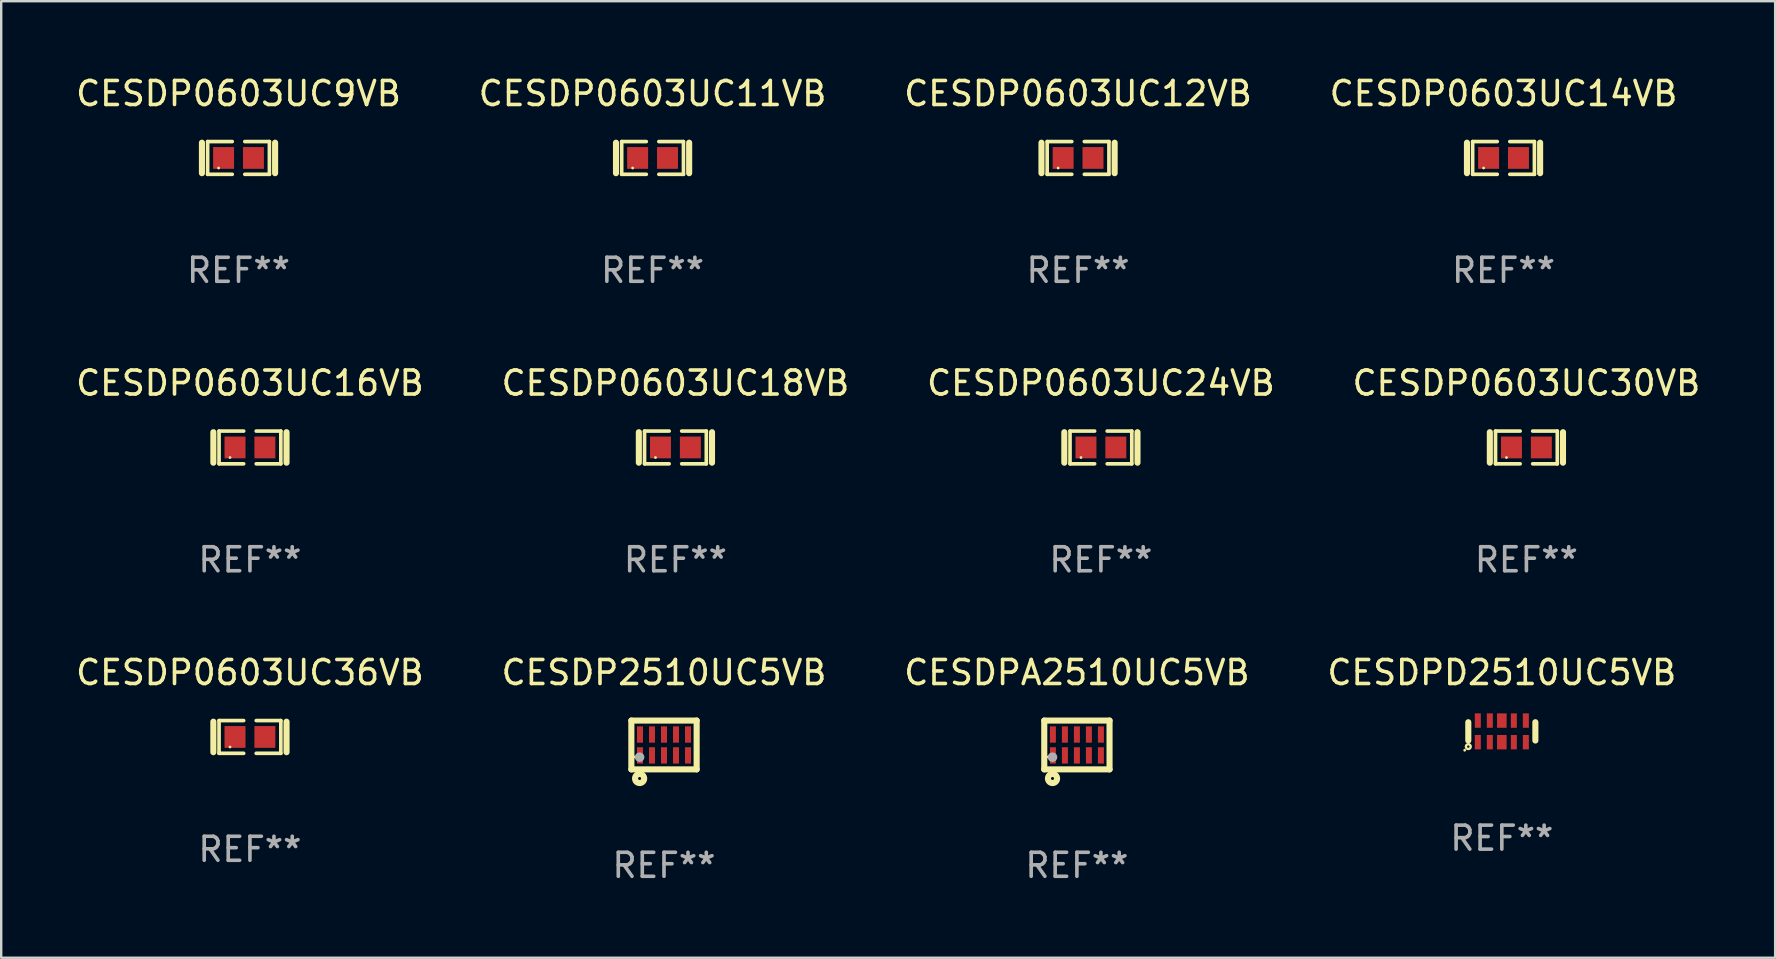
<source format=kicad_pcb>
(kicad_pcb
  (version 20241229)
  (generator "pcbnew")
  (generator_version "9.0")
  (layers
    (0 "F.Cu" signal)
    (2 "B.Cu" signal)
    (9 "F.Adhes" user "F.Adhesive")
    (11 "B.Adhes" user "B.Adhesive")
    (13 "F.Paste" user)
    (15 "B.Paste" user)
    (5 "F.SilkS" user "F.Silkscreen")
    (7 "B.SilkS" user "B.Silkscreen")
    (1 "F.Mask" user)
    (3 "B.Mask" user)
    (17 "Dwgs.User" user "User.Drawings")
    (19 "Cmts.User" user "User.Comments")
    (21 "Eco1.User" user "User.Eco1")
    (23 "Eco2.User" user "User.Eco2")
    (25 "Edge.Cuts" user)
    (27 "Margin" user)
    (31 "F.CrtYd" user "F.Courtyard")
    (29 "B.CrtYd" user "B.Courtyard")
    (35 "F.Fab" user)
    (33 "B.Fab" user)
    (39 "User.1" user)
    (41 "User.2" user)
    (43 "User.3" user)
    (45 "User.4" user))
  (footprint "CESDPA2510UC5VB"
    (layer "F.Cu")
    (at 41.815 27.986)
    (property "Reference" "CESDPA2510UC5VB" (at 0 -3.016 0) (layer "F.SilkS") (effects (font (size 1 1) (thickness 0.15))))
    (attr through_hole)
    (fp_line (start -1.36 1.016) (end 1.36 1.016) (stroke (width 0.254) (type solid)) (layer "F.SilkS"))
    (fp_line (start -1.36 -1.016) (end -1.36 1.016) (stroke (width 0.254) (type solid)) (layer "F.SilkS"))
    (fp_line (start -1.36 -1.016) (end 1.36 -1.016) (stroke (width 0.254) (type solid)) (layer "F.SilkS"))
    (fp_line (start 1.36 -1.016) (end 1.36 1.016) (stroke (width 0.254) (type solid)) (layer "F.SilkS"))
    (fp_circle (center -1.25 0.5) (end -1.22 0.5) (stroke (width 0.06) (type solid)) (fill no) (layer "F.SilkS"))
    (fp_circle (center -1.016 1.397) (end -0.953 1.397) (stroke (width 0.254) (type solid)) (fill no) (layer "F.SilkS"))
    (fp_circle (center -1.016 0.508) (end -0.916 0.508) (stroke (width 0.2) (type solid)) (fill no) (layer "F.Fab"))
    (fp_text user "REF**" (at 0 5.016 0) (layer "F.Fab") (effects (font (size 1 1) (thickness 0.15))))
    (pad "1" smd rect (at -1 0.435) (size 0.25 0.68) (layers "F.Cu" "F.Mask" "F.Paste"))
    (pad "2" smd rect (at -0.5 0.435) (size 0.25 0.68) (layers "F.Cu" "F.Mask" "F.Paste"))
    (pad "3" smd rect (at 0 0.435) (size 0.25 0.68) (layers "F.Cu" "F.Mask" "F.Paste"))
    (pad "4" smd rect (at 0.5 0.435) (size 0.25 0.68) (layers "F.Cu" "F.Mask" "F.Paste"))
    (pad "5" smd rect (at 1 0.435) (size 0.25 0.68) (layers "F.Cu" "F.Mask" "F.Paste"))
    (pad "6" smd rect (at 1 -0.435) (size 0.25 0.68) (layers "F.Cu" "F.Mask" "F.Paste"))
    (pad "7" smd rect (at 0.5 -0.435) (size 0.25 0.68) (layers "F.Cu" "F.Mask" "F.Paste"))
    (pad "8" smd rect (at 0 -0.435) (size 0.25 0.68) (layers "F.Cu" "F.Mask" "F.Paste"))
    (pad "9" smd rect (at -0.5 -0.435) (size 0.25 0.68) (layers "F.Cu" "F.Mask" "F.Paste"))
    (pad "10" smd rect (at -1 -0.435) (size 0.25 0.68) (layers "F.Cu" "F.Mask" "F.Paste")))
  (footprint "CESDP0603UC30VB"
    (layer "F.Cu")
    (at 60.542 15.591)
    (property "Reference" "CESDP0603UC30VB" (at 0 -2.682 0) (layer "F.SilkS") (effects (font (size 1 1) (thickness 0.15))))
    (attr through_hole)
    (fp_line (start -1.524 -0.635) (end -1.524 0.635) (stroke (width 0.254) (type solid)) (layer "F.SilkS"))
    (fp_line (start -1.287 -0.682) (end -0.261 -0.682) (stroke (width 0.152) (type solid)) (layer "F.SilkS"))
    (fp_line (start -1.287 0.682) (end -1.287 -0.682) (stroke (width 0.152) (type solid)) (layer "F.SilkS"))
    (fp_line (start -0.261 0.682) (end -1.287 0.682) (stroke (width 0.152) (type solid)) (layer "F.SilkS"))
    (fp_line (start 0.261 0.682) (end 1.287 0.682) (stroke (width 0.152) (type solid)) (layer "F.SilkS"))
    (fp_line (start 1.287 -0.682) (end 0.261 -0.682) (stroke (width 0.152) (type solid)) (layer "F.SilkS"))
    (fp_line (start 1.287 0.682) (end 1.287 -0.682) (stroke (width 0.152) (type solid)) (layer "F.SilkS"))
    (fp_line (start 1.524 -0.635) (end 1.524 0.635) (stroke (width 0.254) (type solid)) (layer "F.SilkS"))
    (fp_circle (center -0.83 0.42) (end -0.8 0.42) (stroke (width 0.06) (type solid)) (fill no) (layer "F.SilkS"))
    (fp_text user "REF**" (at 0 4.682 0) (layer "F.Fab") (effects (font (size 1 1) (thickness 0.15))))
    (pad "1" smd rect (at -0.622 0) (size 0.873 0.907) (layers "F.Cu" "F.Mask" "F.Paste"))
    (pad "2" smd rect (at 0.622 0) (size 0.873 0.907) (layers "F.Cu" "F.Mask" "F.Paste")))
  (footprint "CESDP0603UC16VB"
    (layer "F.Cu")
    (at 7.363 15.591)
    (property "Reference" "CESDP0603UC16VB" (at 0 -2.682 0) (layer "F.SilkS") (effects (font (size 1 1) (thickness 0.15))))
    (attr through_hole)
    (fp_line (start -1.524 -0.635) (end -1.524 0.635) (stroke (width 0.254) (type solid)) (layer "F.SilkS"))
    (fp_line (start -1.287 -0.682) (end -0.261 -0.682) (stroke (width 0.152) (type solid)) (layer "F.SilkS"))
    (fp_line (start -1.287 0.682) (end -1.287 -0.682) (stroke (width 0.152) (type solid)) (layer "F.SilkS"))
    (fp_line (start -0.261 0.682) (end -1.287 0.682) (stroke (width 0.152) (type solid)) (layer "F.SilkS"))
    (fp_line (start 0.261 0.682) (end 1.287 0.682) (stroke (width 0.152) (type solid)) (layer "F.SilkS"))
    (fp_line (start 1.287 -0.682) (end 0.261 -0.682) (stroke (width 0.152) (type solid)) (layer "F.SilkS"))
    (fp_line (start 1.287 0.682) (end 1.287 -0.682) (stroke (width 0.152) (type solid)) (layer "F.SilkS"))
    (fp_line (start 1.524 -0.635) (end 1.524 0.635) (stroke (width 0.254) (type solid)) (layer "F.SilkS"))
    (fp_circle (center -0.83 0.42) (end -0.8 0.42) (stroke (width 0.06) (type solid)) (fill no) (layer "F.SilkS"))
    (fp_text user "REF**" (at 0 4.682 0) (layer "F.Fab") (effects (font (size 1 1) (thickness 0.15))))
    (pad "1" smd rect (at -0.622 0) (size 0.873 0.907) (layers "F.Cu" "F.Mask" "F.Paste"))
    (pad "2" smd rect (at 0.622 0) (size 0.873 0.907) (layers "F.Cu" "F.Mask" "F.Paste")))
  (footprint "CESDP0603UC14VB"
    (layer "F.Cu")
    (at 59.589 3.53)
    (property "Reference" "CESDP0603UC14VB" (at 0 -2.682 0) (layer "F.SilkS") (effects (font (size 1 1) (thickness 0.15))))
    (attr through_hole)
    (fp_line (start -1.524 -0.635) (end -1.524 0.635) (stroke (width 0.254) (type solid)) (layer "F.SilkS"))
    (fp_line (start -1.287 -0.682) (end -0.261 -0.682) (stroke (width 0.152) (type solid)) (layer "F.SilkS"))
    (fp_line (start -1.287 0.682) (end -1.287 -0.682) (stroke (width 0.152) (type solid)) (layer "F.SilkS"))
    (fp_line (start -0.261 0.682) (end -1.287 0.682) (stroke (width 0.152) (type solid)) (layer "F.SilkS"))
    (fp_line (start 0.261 0.682) (end 1.287 0.682) (stroke (width 0.152) (type solid)) (layer "F.SilkS"))
    (fp_line (start 1.287 -0.682) (end 0.261 -0.682) (stroke (width 0.152) (type solid)) (layer "F.SilkS"))
    (fp_line (start 1.287 0.682) (end 1.287 -0.682) (stroke (width 0.152) (type solid)) (layer "F.SilkS"))
    (fp_line (start 1.524 -0.635) (end 1.524 0.635) (stroke (width 0.254) (type solid)) (layer "F.SilkS"))
    (fp_circle (center -0.83 0.42) (end -0.8 0.42) (stroke (width 0.06) (type solid)) (fill no) (layer "F.SilkS"))
    (fp_text user "REF**" (at 0 4.682 0) (layer "F.Fab") (effects (font (size 1 1) (thickness 0.15))))
    (pad "1" smd rect (at -0.622 0) (size 0.873 0.907) (layers "F.Cu" "F.Mask" "F.Paste"))
    (pad "2" smd rect (at 0.622 0) (size 0.873 0.907) (layers "F.Cu" "F.Mask" "F.Paste")))
  (footprint "CESDP0603UC18VB"
    (layer "F.Cu")
    (at 25.089 15.591)
    (property "Reference" "CESDP0603UC18VB" (at 0 -2.682 0) (layer "F.SilkS") (effects (font (size 1 1) (thickness 0.15))))
    (attr through_hole)
    (fp_line (start -1.524 -0.635) (end -1.524 0.635) (stroke (width 0.254) (type solid)) (layer "F.SilkS"))
    (fp_line (start -1.287 -0.682) (end -0.261 -0.682) (stroke (width 0.152) (type solid)) (layer "F.SilkS"))
    (fp_line (start -1.287 0.682) (end -1.287 -0.682) (stroke (width 0.152) (type solid)) (layer "F.SilkS"))
    (fp_line (start -0.261 0.682) (end -1.287 0.682) (stroke (width 0.152) (type solid)) (layer "F.SilkS"))
    (fp_line (start 0.261 0.682) (end 1.287 0.682) (stroke (width 0.152) (type solid)) (layer "F.SilkS"))
    (fp_line (start 1.287 -0.682) (end 0.261 -0.682) (stroke (width 0.152) (type solid)) (layer "F.SilkS"))
    (fp_line (start 1.287 0.682) (end 1.287 -0.682) (stroke (width 0.152) (type solid)) (layer "F.SilkS"))
    (fp_line (start 1.524 -0.635) (end 1.524 0.635) (stroke (width 0.254) (type solid)) (layer "F.SilkS"))
    (fp_circle (center -0.83 0.42) (end -0.8 0.42) (stroke (width 0.06) (type solid)) (fill no) (layer "F.SilkS"))
    (fp_text user "REF**" (at 0 4.682 0) (layer "F.Fab") (effects (font (size 1 1) (thickness 0.15))))
    (pad "1" smd rect (at -0.622 0) (size 0.873 0.907) (layers "F.Cu" "F.Mask" "F.Paste"))
    (pad "2" smd rect (at 0.622 0) (size 0.873 0.907) (layers "F.Cu" "F.Mask" "F.Paste")))
  (footprint "CESDP0603UC9VB"
    (layer "F.Cu")
    (at 6.887 3.53)
    (property "Reference" "CESDP0603UC9VB" (at 0 -2.682 0) (layer "F.SilkS") (effects (font (size 1 1) (thickness 0.15))))
    (attr through_hole)
    (fp_line (start -1.524 -0.635) (end -1.524 0.635) (stroke (width 0.254) (type solid)) (layer "F.SilkS"))
    (fp_line (start -1.287 -0.682) (end -0.261 -0.682) (stroke (width 0.152) (type solid)) (layer "F.SilkS"))
    (fp_line (start -1.287 0.682) (end -1.287 -0.682) (stroke (width 0.152) (type solid)) (layer "F.SilkS"))
    (fp_line (start -0.261 0.682) (end -1.287 0.682) (stroke (width 0.152) (type solid)) (layer "F.SilkS"))
    (fp_line (start 0.261 0.682) (end 1.287 0.682) (stroke (width 0.152) (type solid)) (layer "F.SilkS"))
    (fp_line (start 1.287 -0.682) (end 0.261 -0.682) (stroke (width 0.152) (type solid)) (layer "F.SilkS"))
    (fp_line (start 1.287 0.682) (end 1.287 -0.682) (stroke (width 0.152) (type solid)) (layer "F.SilkS"))
    (fp_line (start 1.524 -0.635) (end 1.524 0.635) (stroke (width 0.254) (type solid)) (layer "F.SilkS"))
    (fp_circle (center -0.83 0.42) (end -0.8 0.42) (stroke (width 0.06) (type solid)) (fill no) (layer "F.SilkS"))
    (fp_text user "REF**" (at 0 4.682 0) (layer "F.Fab") (effects (font (size 1 1) (thickness 0.15))))
    (pad "1" smd rect (at -0.622 0) (size 0.873 0.907) (layers "F.Cu" "F.Mask" "F.Paste"))
    (pad "2" smd rect (at 0.622 0) (size 0.873 0.907) (layers "F.Cu" "F.Mask" "F.Paste")))
  (footprint "CESDP0603UC36VB"
    (layer "F.Cu")
    (at 7.363 27.652)
    (property "Reference" "CESDP0603UC36VB" (at 0 -2.682 0) (layer "F.SilkS") (effects (font (size 1 1) (thickness 0.15))))
    (attr through_hole)
    (fp_line (start -1.524 -0.635) (end -1.524 0.635) (stroke (width 0.254) (type solid)) (layer "F.SilkS"))
    (fp_line (start -1.287 -0.682) (end -0.261 -0.682) (stroke (width 0.152) (type solid)) (layer "F.SilkS"))
    (fp_line (start -1.287 0.682) (end -1.287 -0.682) (stroke (width 0.152) (type solid)) (layer "F.SilkS"))
    (fp_line (start -0.261 0.682) (end -1.287 0.682) (stroke (width 0.152) (type solid)) (layer "F.SilkS"))
    (fp_line (start 0.261 0.682) (end 1.287 0.682) (stroke (width 0.152) (type solid)) (layer "F.SilkS"))
    (fp_line (start 1.287 -0.682) (end 0.261 -0.682) (stroke (width 0.152) (type solid)) (layer "F.SilkS"))
    (fp_line (start 1.287 0.682) (end 1.287 -0.682) (stroke (width 0.152) (type solid)) (layer "F.SilkS"))
    (fp_line (start 1.524 -0.635) (end 1.524 0.635) (stroke (width 0.254) (type solid)) (layer "F.SilkS"))
    (fp_circle (center -0.83 0.42) (end -0.8 0.42) (stroke (width 0.06) (type solid)) (fill no) (layer "F.SilkS"))
    (fp_text user "REF**" (at 0 4.682 0) (layer "F.Fab") (effects (font (size 1 1) (thickness 0.15))))
    (pad "1" smd rect (at -0.622 0) (size 0.873 0.907) (layers "F.Cu" "F.Mask" "F.Paste"))
    (pad "2" smd rect (at 0.622 0) (size 0.873 0.907) (layers "F.Cu" "F.Mask" "F.Paste")))
  (footprint "CESDP2510UC5VB"
    (layer "F.Cu")
    (at 24.613 27.986)
    (property "Reference" "CESDP2510UC5VB" (at 0 -3.016 0) (layer "F.SilkS") (effects (font (size 1 1) (thickness 0.15))))
    (attr through_hole)
    (fp_line (start -1.36 1.016) (end 1.36 1.016) (stroke (width 0.254) (type solid)) (layer "F.SilkS"))
    (fp_line (start -1.36 -1.016) (end -1.36 1.016) (stroke (width 0.254) (type solid)) (layer "F.SilkS"))
    (fp_line (start -1.36 -1.016) (end 1.36 -1.016) (stroke (width 0.254) (type solid)) (layer "F.SilkS"))
    (fp_line (start 1.36 -1.016) (end 1.36 1.016) (stroke (width 0.254) (type solid)) (layer "F.SilkS"))
    (fp_circle (center -1.25 0.5) (end -1.22 0.5) (stroke (width 0.06) (type solid)) (fill no) (layer "F.SilkS"))
    (fp_circle (center -1.016 1.397) (end -0.953 1.397) (stroke (width 0.254) (type solid)) (fill no) (layer "F.SilkS"))
    (fp_circle (center -1.016 0.508) (end -0.916 0.508) (stroke (width 0.2) (type solid)) (fill no) (layer "F.Fab"))
    (fp_text user "REF**" (at 0 5.016 0) (layer "F.Fab") (effects (font (size 1 1) (thickness 0.15))))
    (pad "1" smd rect (at -1 0.435) (size 0.25 0.68) (layers "F.Cu" "F.Mask" "F.Paste"))
    (pad "2" smd rect (at -0.5 0.435) (size 0.25 0.68) (layers "F.Cu" "F.Mask" "F.Paste"))
    (pad "3" smd rect (at 0 0.435) (size 0.25 0.68) (layers "F.Cu" "F.Mask" "F.Paste"))
    (pad "4" smd rect (at 0.5 0.435) (size 0.25 0.68) (layers "F.Cu" "F.Mask" "F.Paste"))
    (pad "5" smd rect (at 1 0.435) (size 0.25 0.68) (layers "F.Cu" "F.Mask" "F.Paste"))
    (pad "6" smd rect (at 1 -0.435) (size 0.25 0.68) (layers "F.Cu" "F.Mask" "F.Paste"))
    (pad "7" smd rect (at 0.5 -0.435) (size 0.25 0.68) (layers "F.Cu" "F.Mask" "F.Paste"))
    (pad "8" smd rect (at 0 -0.435) (size 0.25 0.68) (layers "F.Cu" "F.Mask" "F.Paste"))
    (pad "9" smd rect (at -0.5 -0.435) (size 0.25 0.68) (layers "F.Cu" "F.Mask" "F.Paste"))
    (pad "10" smd rect (at -1 -0.435) (size 0.25 0.68) (layers "F.Cu" "F.Mask" "F.Paste")))
  (footprint "CESDP0603UC12VB"
    (layer "F.Cu")
    (at 41.863 3.53)
    (property "Reference" "CESDP0603UC12VB" (at 0 -2.682 0) (layer "F.SilkS") (effects (font (size 1 1) (thickness 0.15))))
    (attr through_hole)
    (fp_line (start -1.524 -0.635) (end -1.524 0.635) (stroke (width 0.254) (type solid)) (layer "F.SilkS"))
    (fp_line (start -1.287 -0.682) (end -0.261 -0.682) (stroke (width 0.152) (type solid)) (layer "F.SilkS"))
    (fp_line (start -1.287 0.682) (end -1.287 -0.682) (stroke (width 0.152) (type solid)) (layer "F.SilkS"))
    (fp_line (start -0.261 0.682) (end -1.287 0.682) (stroke (width 0.152) (type solid)) (layer "F.SilkS"))
    (fp_line (start 0.261 0.682) (end 1.287 0.682) (stroke (width 0.152) (type solid)) (layer "F.SilkS"))
    (fp_line (start 1.287 -0.682) (end 0.261 -0.682) (stroke (width 0.152) (type solid)) (layer "F.SilkS"))
    (fp_line (start 1.287 0.682) (end 1.287 -0.682) (stroke (width 0.152) (type solid)) (layer "F.SilkS"))
    (fp_line (start 1.524 -0.635) (end 1.524 0.635) (stroke (width 0.254) (type solid)) (layer "F.SilkS"))
    (fp_circle (center -0.83 0.42) (end -0.8 0.42) (stroke (width 0.06) (type solid)) (fill no) (layer "F.SilkS"))
    (fp_text user "REF**" (at 0 4.682 0) (layer "F.Fab") (effects (font (size 1 1) (thickness 0.15))))
    (pad "1" smd rect (at -0.622 0) (size 0.873 0.907) (layers "F.Cu" "F.Mask" "F.Paste"))
    (pad "2" smd rect (at 0.622 0) (size 0.873 0.907) (layers "F.Cu" "F.Mask" "F.Paste")))
  (footprint "CESDPD2510UC5VB"
    (layer "F.Cu")
    (at 59.518 27.42)
    (property "Reference" "CESDPD2510UC5VB" (at 0 -2.45 0) (layer "F.SilkS") (effects (font (size 1 1) (thickness 0.15))))
    (attr through_hole)
    (fp_line (start -1.397 -0.381) (end -1.397 0.381) (stroke (width 0.254) (type solid)) (layer "F.SilkS"))
    (fp_line (start 1.397 -0.381) (end 1.397 0.381) (stroke (width 0.254) (type solid)) (layer "F.SilkS"))
    (fp_circle (center -1.547 0.785) (end -1.517 0.785) (stroke (width 0.06) (type solid)) (fill no) (layer "F.SilkS"))
    (fp_circle (center -1.397 0.635) (end -1.297 0.635) (stroke (width 0.1) (type solid)) (fill no) (layer "F.SilkS"))
    (fp_text user "REF**" (at 0 4.45 0) (layer "F.Fab") (effects (font (size 1 1) (thickness 0.15))))
    (pad "1" smd rect (at -1 0.45) (size 0.25 0.6) (layers "F.Cu" "F.Mask" "F.Paste"))
    (pad "2" smd rect (at -0.5 0.45) (size 0.25 0.6) (layers "F.Cu" "F.Mask" "F.Paste"))
    (pad "3" smd rect (at 0 0.45) (size 0.4 0.6) (layers "F.Cu" "F.Mask" "F.Paste"))
    (pad "4" smd rect (at 0.5 0.45) (size 0.25 0.6) (layers "F.Cu" "F.Mask" "F.Paste"))
    (pad "5" smd rect (at 1 0.45) (size 0.25 0.6) (layers "F.Cu" "F.Mask" "F.Paste"))
    (pad "6" smd rect (at 1 -0.45) (size 0.25 0.6) (layers "F.Cu" "F.Mask" "F.Paste"))
    (pad "7" smd rect (at 0.5 -0.45) (size 0.25 0.6) (layers "F.Cu" "F.Mask" "F.Paste"))
    (pad "8" smd rect (at 0 -0.45) (size 0.4 0.6) (layers "F.Cu" "F.Mask" "F.Paste"))
    (pad "9" smd rect (at -0.5 -0.45) (size 0.25 0.6) (layers "F.Cu" "F.Mask" "F.Paste"))
    (pad "10" smd rect (at -1 -0.45) (size 0.25 0.6) (layers "F.Cu" "F.Mask" "F.Paste")))
  (footprint "CESDP0603UC24VB"
    (layer "F.Cu")
    (at 42.815 15.591)
    (property "Reference" "CESDP0603UC24VB" (at 0 -2.682 0) (layer "F.SilkS") (effects (font (size 1 1) (thickness 0.15))))
    (attr through_hole)
    (fp_line (start -1.524 -0.635) (end -1.524 0.635) (stroke (width 0.254) (type solid)) (layer "F.SilkS"))
    (fp_line (start -1.287 -0.682) (end -0.261 -0.682) (stroke (width 0.152) (type solid)) (layer "F.SilkS"))
    (fp_line (start -1.287 0.682) (end -1.287 -0.682) (stroke (width 0.152) (type solid)) (layer "F.SilkS"))
    (fp_line (start -0.261 0.682) (end -1.287 0.682) (stroke (width 0.152) (type solid)) (layer "F.SilkS"))
    (fp_line (start 0.261 0.682) (end 1.287 0.682) (stroke (width 0.152) (type solid)) (layer "F.SilkS"))
    (fp_line (start 1.287 -0.682) (end 0.261 -0.682) (stroke (width 0.152) (type solid)) (layer "F.SilkS"))
    (fp_line (start 1.287 0.682) (end 1.287 -0.682) (stroke (width 0.152) (type solid)) (layer "F.SilkS"))
    (fp_line (start 1.524 -0.635) (end 1.524 0.635) (stroke (width 0.254) (type solid)) (layer "F.SilkS"))
    (fp_circle (center -0.83 0.42) (end -0.8 0.42) (stroke (width 0.06) (type solid)) (fill no) (layer "F.SilkS"))
    (fp_text user "REF**" (at 0 4.682 0) (layer "F.Fab") (effects (font (size 1 1) (thickness 0.15))))
    (pad "1" smd rect (at -0.622 0) (size 0.873 0.907) (layers "F.Cu" "F.Mask" "F.Paste"))
    (pad "2" smd rect (at 0.622 0) (size 0.873 0.907) (layers "F.Cu" "F.Mask" "F.Paste")))
  (footprint "CESDP0603UC11VB"
    (layer "F.Cu")
    (at 24.137 3.53)
    (property "Reference" "CESDP0603UC11VB" (at 0 -2.682 0) (layer "F.SilkS") (effects (font (size 1 1) (thickness 0.15))))
    (attr through_hole)
    (fp_line (start -1.524 -0.635) (end -1.524 0.635) (stroke (width 0.254) (type solid)) (layer "F.SilkS"))
    (fp_line (start -1.287 -0.682) (end -0.261 -0.682) (stroke (width 0.152) (type solid)) (layer "F.SilkS"))
    (fp_line (start -1.287 0.682) (end -1.287 -0.682) (stroke (width 0.152) (type solid)) (layer "F.SilkS"))
    (fp_line (start -0.261 0.682) (end -1.287 0.682) (stroke (width 0.152) (type solid)) (layer "F.SilkS"))
    (fp_line (start 0.261 0.682) (end 1.287 0.682) (stroke (width 0.152) (type solid)) (layer "F.SilkS"))
    (fp_line (start 1.287 -0.682) (end 0.261 -0.682) (stroke (width 0.152) (type solid)) (layer "F.SilkS"))
    (fp_line (start 1.287 0.682) (end 1.287 -0.682) (stroke (width 0.152) (type solid)) (layer "F.SilkS"))
    (fp_line (start 1.524 -0.635) (end 1.524 0.635) (stroke (width 0.254) (type solid)) (layer "F.SilkS"))
    (fp_circle (center -0.83 0.42) (end -0.8 0.42) (stroke (width 0.06) (type solid)) (fill no) (layer "F.SilkS"))
    (fp_text user "REF**" (at 0 4.682 0) (layer "F.Fab") (effects (font (size 1 1) (thickness 0.15))))
    (pad "1" smd rect (at -0.622 0) (size 0.873 0.907) (layers "F.Cu" "F.Mask" "F.Paste"))
    (pad "2" smd rect (at 0.622 0) (size 0.873 0.907) (layers "F.Cu" "F.Mask" "F.Paste")))
  (gr_rect
    (start -3 -3)
    (end 70.905 36.85)
    (stroke (width 0.1) (type default))
    (fill no)
    (layer "Edge.Cuts")))
</source>
